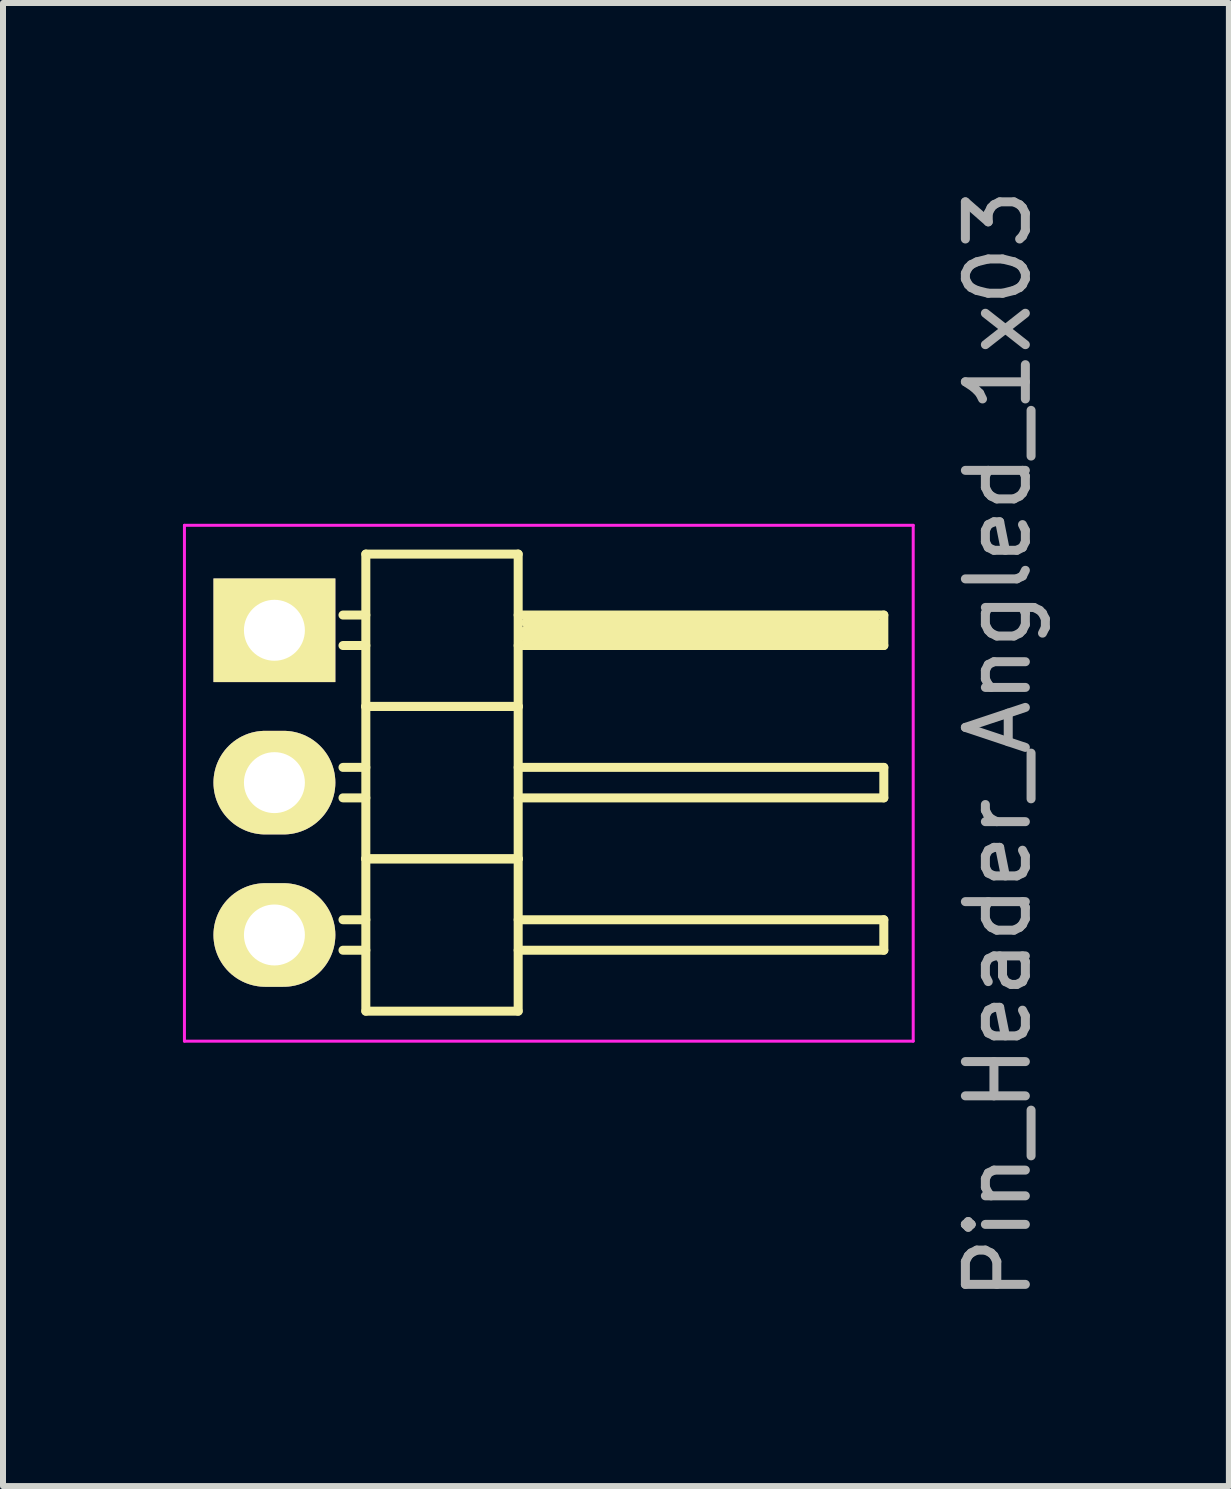
<source format=kicad_pcb>
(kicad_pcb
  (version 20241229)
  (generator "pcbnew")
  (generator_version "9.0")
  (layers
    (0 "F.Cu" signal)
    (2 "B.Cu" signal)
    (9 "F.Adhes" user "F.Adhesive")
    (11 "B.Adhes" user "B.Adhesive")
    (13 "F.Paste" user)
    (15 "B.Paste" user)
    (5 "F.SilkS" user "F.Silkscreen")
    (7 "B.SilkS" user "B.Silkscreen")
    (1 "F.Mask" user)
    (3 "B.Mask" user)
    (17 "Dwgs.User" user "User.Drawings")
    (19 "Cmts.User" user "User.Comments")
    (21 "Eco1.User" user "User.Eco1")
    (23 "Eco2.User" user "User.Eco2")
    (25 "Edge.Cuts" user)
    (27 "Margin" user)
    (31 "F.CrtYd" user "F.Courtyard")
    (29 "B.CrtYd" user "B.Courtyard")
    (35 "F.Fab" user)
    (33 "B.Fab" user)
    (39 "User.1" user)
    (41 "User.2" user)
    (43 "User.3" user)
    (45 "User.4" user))
  (footprint "Pin_Header_Angled_1x03"
    (layer "F.Cu")
    (at 1.525 7.458)
    (property "Reference" "Pin_Header_Angled_1x03" (at 12.065 1.905 90) (layer "F.Fab") (effects (font (size 1 1) (thickness 0.15))))
    (attr through_hole)
    (fp_line (start 1.524 -1.27) (end 1.524 1.27) (stroke (width 0.15) (type solid)) (layer "F.SilkS"))
    (fp_line (start 1.524 -1.27) (end 4.064 -1.27) (stroke (width 0.15) (type solid)) (layer "F.SilkS"))
    (fp_line (start 1.524 -0.254) (end 1.143 -0.254) (stroke (width 0.15) (type solid)) (layer "F.SilkS"))
    (fp_line (start 1.524 0.254) (end 1.143 0.254) (stroke (width 0.15) (type solid)) (layer "F.SilkS"))
    (fp_line (start 1.524 1.27) (end 1.524 3.81) (stroke (width 0.15) (type solid)) (layer "F.SilkS"))
    (fp_line (start 1.524 1.27) (end 4.064 1.27) (stroke (width 0.15) (type solid)) (layer "F.SilkS"))
    (fp_line (start 1.524 1.27) (end 4.064 1.27) (stroke (width 0.15) (type solid)) (layer "F.SilkS"))
    (fp_line (start 1.524 2.286) (end 1.143 2.286) (stroke (width 0.15) (type solid)) (layer "F.SilkS"))
    (fp_line (start 1.524 2.794) (end 1.143 2.794) (stroke (width 0.15) (type solid)) (layer "F.SilkS"))
    (fp_line (start 1.524 3.81) (end 1.524 6.35) (stroke (width 0.15) (type solid)) (layer "F.SilkS"))
    (fp_line (start 1.524 3.81) (end 4.064 3.81) (stroke (width 0.15) (type solid)) (layer "F.SilkS"))
    (fp_line (start 1.524 3.81) (end 4.064 3.81) (stroke (width 0.15) (type solid)) (layer "F.SilkS"))
    (fp_line (start 1.524 4.826) (end 1.143 4.826) (stroke (width 0.15) (type solid)) (layer "F.SilkS"))
    (fp_line (start 1.524 5.334) (end 1.143 5.334) (stroke (width 0.15) (type solid)) (layer "F.SilkS"))
    (fp_line (start 1.524 6.35) (end 4.064 6.35) (stroke (width 0.15) (type solid)) (layer "F.SilkS"))
    (fp_line (start 4.064 -0.254) (end 10.16 -0.254) (stroke (width 0.15) (type solid)) (layer "F.SilkS"))
    (fp_line (start 4.064 1.27) (end 4.064 -1.27) (stroke (width 0.15) (type solid)) (layer "F.SilkS"))
    (fp_line (start 4.064 2.286) (end 10.16 2.286) (stroke (width 0.15) (type solid)) (layer "F.SilkS"))
    (fp_line (start 4.064 3.81) (end 4.064 1.27) (stroke (width 0.15) (type solid)) (layer "F.SilkS"))
    (fp_line (start 4.064 4.826) (end 10.16 4.826) (stroke (width 0.15) (type solid)) (layer "F.SilkS"))
    (fp_line (start 4.064 6.35) (end 4.064 3.81) (stroke (width 0.15) (type solid)) (layer "F.SilkS"))
    (fp_line (start 4.191 -0.127) (end 10.033 -0.127) (stroke (width 0.15) (type solid)) (layer "F.SilkS"))
    (fp_line (start 4.191 0) (end 10.033 0) (stroke (width 0.15) (type solid)) (layer "F.SilkS"))
    (fp_line (start 4.191 0.127) (end 4.191 0) (stroke (width 0.15) (type solid)) (layer "F.SilkS"))
    (fp_line (start 10.033 -0.127) (end 10.033 0.127) (stroke (width 0.15) (type solid)) (layer "F.SilkS"))
    (fp_line (start 10.033 0.127) (end 4.191 0.127) (stroke (width 0.15) (type solid)) (layer "F.SilkS"))
    (fp_line (start 10.16 -0.254) (end 10.16 0.254) (stroke (width 0.15) (type solid)) (layer "F.SilkS"))
    (fp_line (start 10.16 0.254) (end 4.064 0.254) (stroke (width 0.15) (type solid)) (layer "F.SilkS"))
    (fp_line (start 10.16 2.286) (end 10.16 2.794) (stroke (width 0.15) (type solid)) (layer "F.SilkS"))
    (fp_line (start 10.16 2.794) (end 4.064 2.794) (stroke (width 0.15) (type solid)) (layer "F.SilkS"))
    (fp_line (start 10.16 4.826) (end 10.16 5.334) (stroke (width 0.15) (type solid)) (layer "F.SilkS"))
    (fp_line (start 10.16 5.334) (end 4.064 5.334) (stroke (width 0.15) (type solid)) (layer "F.SilkS"))
    (fp_line (start -1.5 -1.75) (end -1.5 6.85) (stroke (width 0.05) (type solid)) (layer "F.CrtYd"))
    (fp_line (start -1.5 -1.75) (end 10.65 -1.75) (stroke (width 0.05) (type solid)) (layer "F.CrtYd"))
    (fp_line (start -1.5 6.85) (end 10.65 6.85) (stroke (width 0.05) (type solid)) (layer "F.CrtYd"))
    (fp_line (start 10.65 -1.75) (end 10.65 6.85) (stroke (width 0.05) (type solid)) (layer "F.CrtYd"))
    (pad "1" thru_hole rect (at 0 0) (size 2.032 1.727) (drill 1.016) (layers "*.Cu" "*.Mask" "F.SilkS"))
    (pad "2" thru_hole oval (at 0 2.54) (size 2.032 1.727) (drill 1.016) (layers "*.Cu" "*.Mask" "F.SilkS"))
    (pad "3" thru_hole oval (at 0 5.08) (size 2.032 1.727) (drill 1.016) (layers "*.Cu" "*.Mask" "F.SilkS")))
  (gr_rect
    (start -3 -3)
    (end 17.438 21.726)
    (stroke (width 0.1) (type default))
    (fill no)
    (layer "Edge.Cuts")))
</source>
